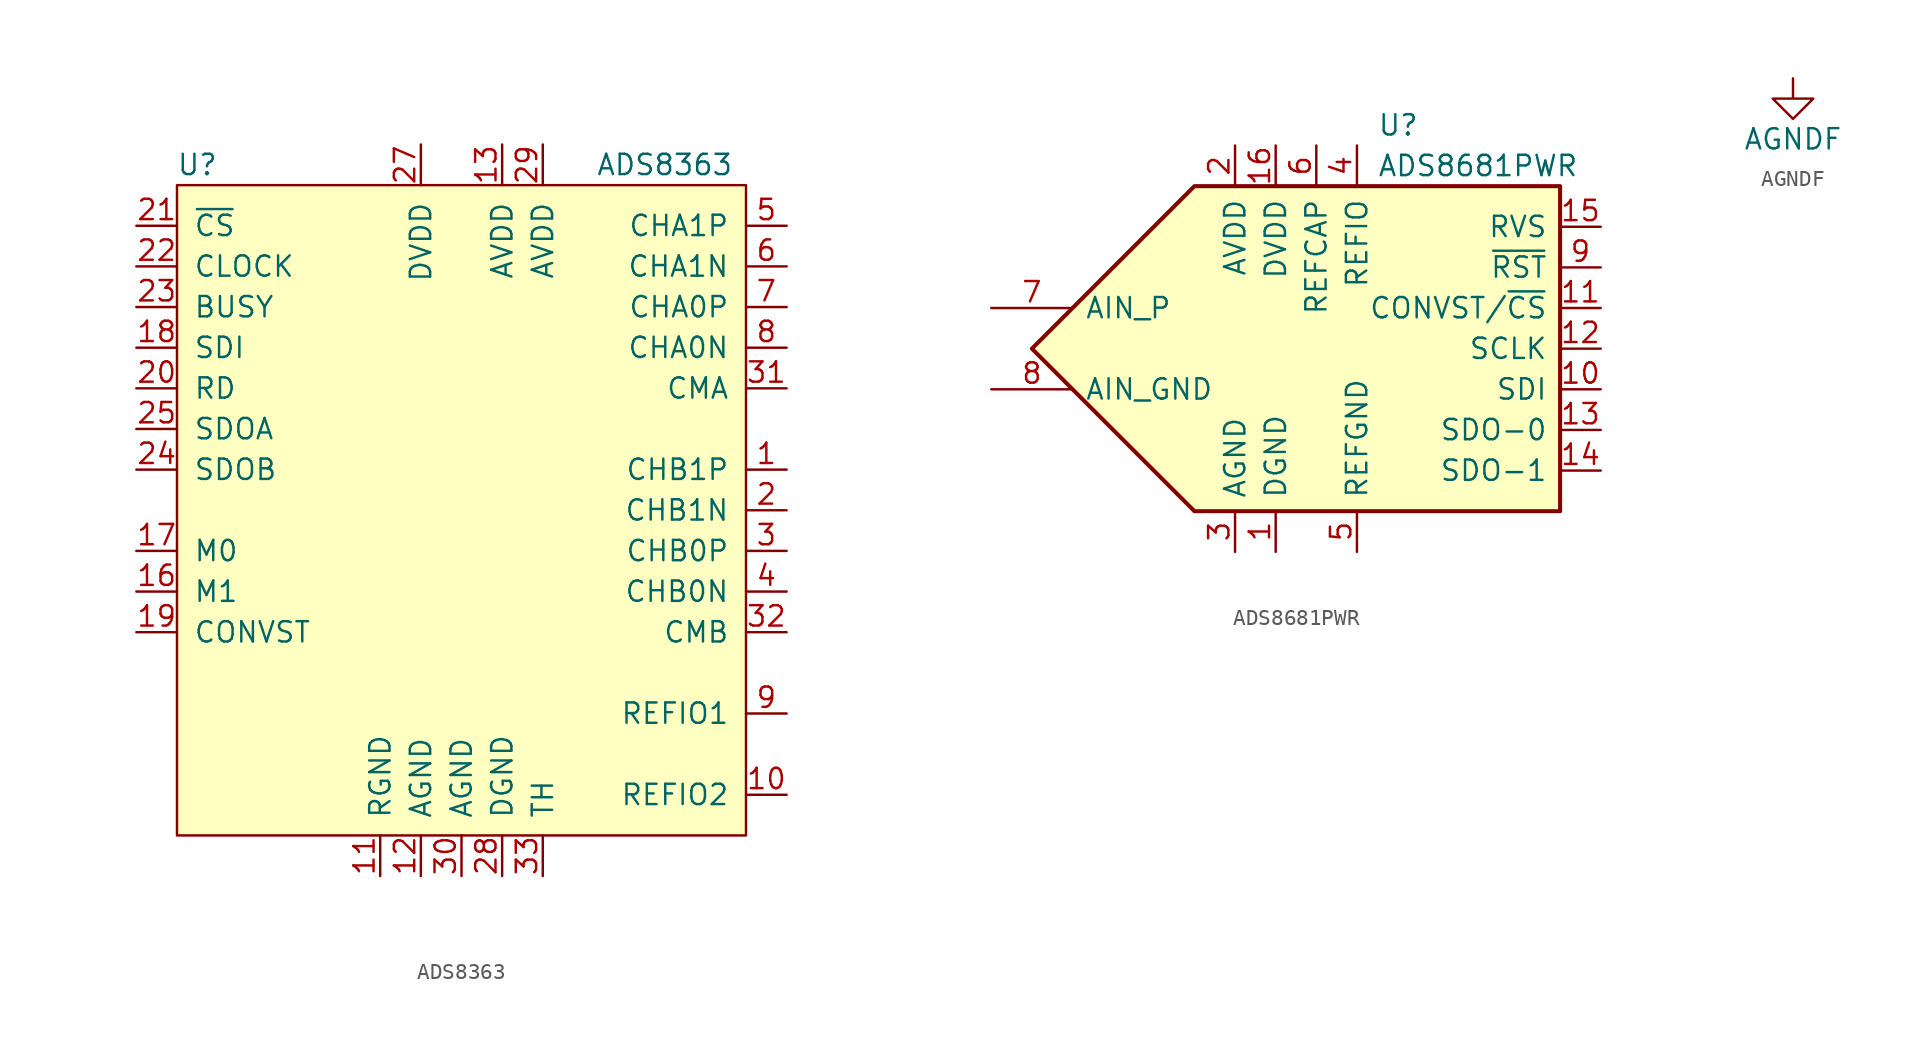
<source format=kicad_sym>
(kicad_symbol_lib
  (version 20211014)
  (generator kicad_symbol_editor)
  (symbol "ADS8363"
    (pin_names
      (offset 1.016))
    (property "Reference" "U"
      (at -16.51 21.59 0)
      (effects (font (size 1.27 1.27))))
    (property "Value" "ADS8363"
      (at 12.7 21.59 0)
      (effects (font (size 1.27 1.27))))
    (symbol "ADS8363_0_1"
      (rectangle (start -17.78 20.32) (end 17.78 -20.32) (stroke (width 0) (type default) (color 0 0 0 0)) (fill (type background))))
    (symbol "ADS8363_1_1"
      (pin input line (at 20.32 2.54 180) (length 2.54) (name "CHB1P" (effects (font (size 1.27 1.27)))) (number "1" (effects (font (size 1.27 1.27)))))
      (pin bidirectional line (at 20.32 -17.78 180) (length 2.54) (name "REFIO2" (effects (font (size 1.27 1.27)))) (number "10" (effects (font (size 1.27 1.27)))))
      (pin passive line (at -5.08 -22.86 90) (length 2.54) (name "RGND" (effects (font (size 1.27 1.27)))) (number "11" (effects (font (size 1.27 1.27)))))
      (pin passive line (at -2.54 -22.86 90) (length 2.54) (name "AGND" (effects (font (size 1.27 1.27)))) (number "12" (effects (font (size 1.27 1.27)))))
      (pin passive line (at 2.54 22.86 270) (length 2.54) (name "AVDD" (effects (font (size 1.27 1.27)))) (number "13" (effects (font (size 1.27 1.27)))))
      (pin no_connect non_logic (at -17.78 -16.51 180) (length 0) hide (name "NC" (effects (font (size 1.27 1.27)))) (number "14" (effects (font (size 1.27 1.27)))))
      (pin no_connect non_logic (at -17.78 -13.97 180) (length 0) hide (name "NC" (effects (font (size 1.27 1.27)))) (number "15" (effects (font (size 1.27 1.27)))))
      (pin input line (at -20.32 -5.08 0) (length 2.54) (name "M1" (effects (font (size 1.27 1.27)))) (number "16" (effects (font (size 1.27 1.27)))))
      (pin input line (at -20.32 -2.54 0) (length 2.54) (name "M0" (effects (font (size 1.27 1.27)))) (number "17" (effects (font (size 1.27 1.27)))))
      (pin input line (at -20.32 10.16 0) (length 2.54) (name "SDI" (effects (font (size 1.27 1.27)))) (number "18" (effects (font (size 1.27 1.27)))))
      (pin input line (at -20.32 -7.62 0) (length 2.54) (name "CONVST" (effects (font (size 1.27 1.27)))) (number "19" (effects (font (size 1.27 1.27)))))
      (pin input line (at 20.32 0 180) (length 2.54) (name "CHB1N" (effects (font (size 1.27 1.27)))) (number "2" (effects (font (size 1.27 1.27)))))
      (pin input line (at -20.32 7.62 0) (length 2.54) (name "RD" (effects (font (size 1.27 1.27)))) (number "20" (effects (font (size 1.27 1.27)))))
      (pin input line (at -20.32 17.78 0) (length 2.54) (name "~{CS}" (effects (font (size 1.27 1.27)))) (number "21" (effects (font (size 1.27 1.27)))))
      (pin input line (at -20.32 15.24 0) (length 2.54) (name "CLOCK" (effects (font (size 1.27 1.27)))) (number "22" (effects (font (size 1.27 1.27)))))
      (pin output line (at -20.32 12.7 0) (length 2.54) (name "BUSY" (effects (font (size 1.27 1.27)))) (number "23" (effects (font (size 1.27 1.27)))))
      (pin output line (at -20.32 2.54 0) (length 2.54) (name "SDOB" (effects (font (size 1.27 1.27)))) (number "24" (effects (font (size 1.27 1.27)))))
      (pin output line (at -20.32 5.08 0) (length 2.54) (name "SDOA" (effects (font (size 1.27 1.27)))) (number "25" (effects (font (size 1.27 1.27)))))
      (pin no_connect non_logic (at -17.78 -11.43 180) (length 0) hide (name "NC" (effects (font (size 1.27 1.27)))) (number "26" (effects (font (size 1.27 1.27)))))
      (pin passive line (at -2.54 22.86 270) (length 2.54) (name "DVDD" (effects (font (size 1.27 1.27)))) (number "27" (effects (font (size 1.27 1.27)))))
      (pin passive line (at 2.54 -22.86 90) (length 2.54) (name "DGND" (effects (font (size 1.27 1.27)))) (number "28" (effects (font (size 1.27 1.27)))))
      (pin passive line (at 5.08 22.86 270) (length 2.54) (name "AVDD" (effects (font (size 1.27 1.27)))) (number "29" (effects (font (size 1.27 1.27)))))
      (pin input line (at 20.32 -2.54 180) (length 2.54) (name "CHB0P" (effects (font (size 1.27 1.27)))) (number "3" (effects (font (size 1.27 1.27)))))
      (pin passive line (at 0 -22.86 90) (length 2.54) (name "AGND" (effects (font (size 1.27 1.27)))) (number "30" (effects (font (size 1.27 1.27)))))
      (pin input line (at 20.32 7.62 180) (length 2.54) (name "CMA" (effects (font (size 1.27 1.27)))) (number "31" (effects (font (size 1.27 1.27)))))
      (pin input line (at 20.32 -7.62 180) (length 2.54) (name "CMB" (effects (font (size 1.27 1.27)))) (number "32" (effects (font (size 1.27 1.27)))))
      (pin passive line (at 5.08 -22.86 90) (length 2.54) (name "TH" (effects (font (size 1.27 1.27)))) (number "33" (effects (font (size 1.27 1.27)))))
      (pin input line (at 20.32 -5.08 180) (length 2.54) (name "CHB0N" (effects (font (size 1.27 1.27)))) (number "4" (effects (font (size 1.27 1.27)))))
      (pin input line (at 20.32 17.78 180) (length 2.54) (name "CHA1P" (effects (font (size 1.27 1.27)))) (number "5" (effects (font (size 1.27 1.27)))))
      (pin input line (at 20.32 15.24 180) (length 2.54) (name "CHA1N" (effects (font (size 1.27 1.27)))) (number "6" (effects (font (size 1.27 1.27)))))
      (pin input line (at 20.32 12.7 180) (length 2.54) (name "CHA0P" (effects (font (size 1.27 1.27)))) (number "7" (effects (font (size 1.27 1.27)))))
      (pin input line (at 20.32 10.16 180) (length 2.54) (name "CHA0N" (effects (font (size 1.27 1.27)))) (number "8" (effects (font (size 1.27 1.27)))))
      (pin bidirectional line (at 20.32 -12.7 180) (length 2.54) (name "REFIO1" (effects (font (size 1.27 1.27)))) (number "9" (effects (font (size 1.27 1.27)))))))
  (symbol "ADS8681PWR"
    (pin_names
      (offset 0.762))
    (property "Reference" "U"
      (at 6.35 13.97 0)
      (effects (font (size 1.27 1.27)) (justify left)))
    (property "Value" "ADS8681PWR"
      (at 6.35 11.43 0)
      (effects (font (size 1.27 1.27)) (justify left)))
    (symbol "ADS8681PWR_0_1"
      (polyline (pts (xy -5.08 10.16) (xy 17.78 10.16) (xy 17.78 -10.16) (xy -5.08 -10.16) (xy -15.24 0) (xy -5.08 10.16)) (stroke (width 0.254) (type default) (color 0 0 0 0)) (fill (type background))))
    (symbol "ADS8681PWR_1_1"
      (pin power_in line (at 0 -12.7 90) (length 2.54) (name "DGND" (effects (font (size 1.27 1.27)))) (number "1" (effects (font (size 1.27 1.27)))))
      (pin input line (at 20.32 -2.54 180) (length 2.54) (name "SDI" (effects (font (size 1.27 1.27)))) (number "10" (effects (font (size 1.27 1.27)))))
      (pin input line (at 20.32 2.54 180) (length 2.54) (name "CONVST/~{CS}" (effects (font (size 1.27 1.27)))) (number "11" (effects (font (size 1.27 1.27)))))
      (pin input line (at 20.32 0 180) (length 2.54) (name "SCLK" (effects (font (size 1.27 1.27)))) (number "12" (effects (font (size 1.27 1.27)))))
      (pin tri_state line (at 20.32 -5.08 180) (length 2.54) (name "SDO-0" (effects (font (size 1.27 1.27)))) (number "13" (effects (font (size 1.27 1.27)))))
      (pin tri_state line (at 20.32 -7.62 180) (length 2.54) (name "SDO-1" (effects (font (size 1.27 1.27)))) (number "14" (effects (font (size 1.27 1.27)))))
      (pin output line (at 20.32 7.62 180) (length 2.54) (name "RVS" (effects (font (size 1.27 1.27)))) (number "15" (effects (font (size 1.27 1.27)))))
      (pin power_in line (at 0 12.7 270) (length 2.54) (name "DVDD" (effects (font (size 1.27 1.27)))) (number "16" (effects (font (size 1.27 1.27)))))
      (pin power_in line (at -2.54 12.7 270) (length 2.54) (name "AVDD" (effects (font (size 1.27 1.27)))) (number "2" (effects (font (size 1.27 1.27)))))
      (pin power_in line (at -2.54 -12.7 90) (length 2.54) (name "AGND" (effects (font (size 1.27 1.27)))) (number "3" (effects (font (size 1.27 1.27)))))
      (pin passive line (at 5.08 12.7 270) (length 2.54) (name "REFIO" (effects (font (size 1.27 1.27)))) (number "4" (effects (font (size 1.27 1.27)))))
      (pin power_in line (at 5.08 -12.7 90) (length 2.54) (name "REFGND" (effects (font (size 1.27 1.27)))) (number "5" (effects (font (size 1.27 1.27)))))
      (pin power_in line (at 2.54 12.7 270) (length 2.54) (name "REFCAP" (effects (font (size 1.27 1.27)))) (number "6" (effects (font (size 1.27 1.27)))))
      (pin input line (at -17.78 2.54 0) (length 5.08) (name "AIN_P" (effects (font (size 1.27 1.27)))) (number "7" (effects (font (size 1.27 1.27)))))
      (pin input line (at -17.78 -2.54 0) (length 5.08) (name "AIN_GND" (effects (font (size 1.27 1.27)))) (number "8" (effects (font (size 1.27 1.27)))))
      (pin input line (at 20.32 5.08 180) (length 2.54) (name "~{RST}" (effects (font (size 1.27 1.27)))) (number "9" (effects (font (size 1.27 1.27)))))))
  (symbol "AGNDF"
    (power)
    (pin_names
      (offset 0))
    (property "Reference" "#PWR"
      (at 0 -6.35 0)
      (effects (font (size 1.27 1.27)) hide))
    (property "Value" "AGNDF"
      (at 0 -3.81 0)
      (effects (font (size 1.27 1.27))))
    (symbol "AGNDF_0_1"
      (polyline (pts (xy 0 0) (xy 0 -1.27) (xy 1.27 -1.27) (xy 0 -2.54) (xy -1.27 -1.27) (xy 0 -1.27)) (stroke (width 0) (type default) (color 0 0 0 0)) (fill (type none))))
    (symbol "AGNDF_1_1"
      (pin power_in line (at 0 0 270) (length 0) hide (name "AGNDF" (effects (font (size 1.27 1.27)))) (number "1" (effects (font (size 1.27 1.27))))))))
</source>
